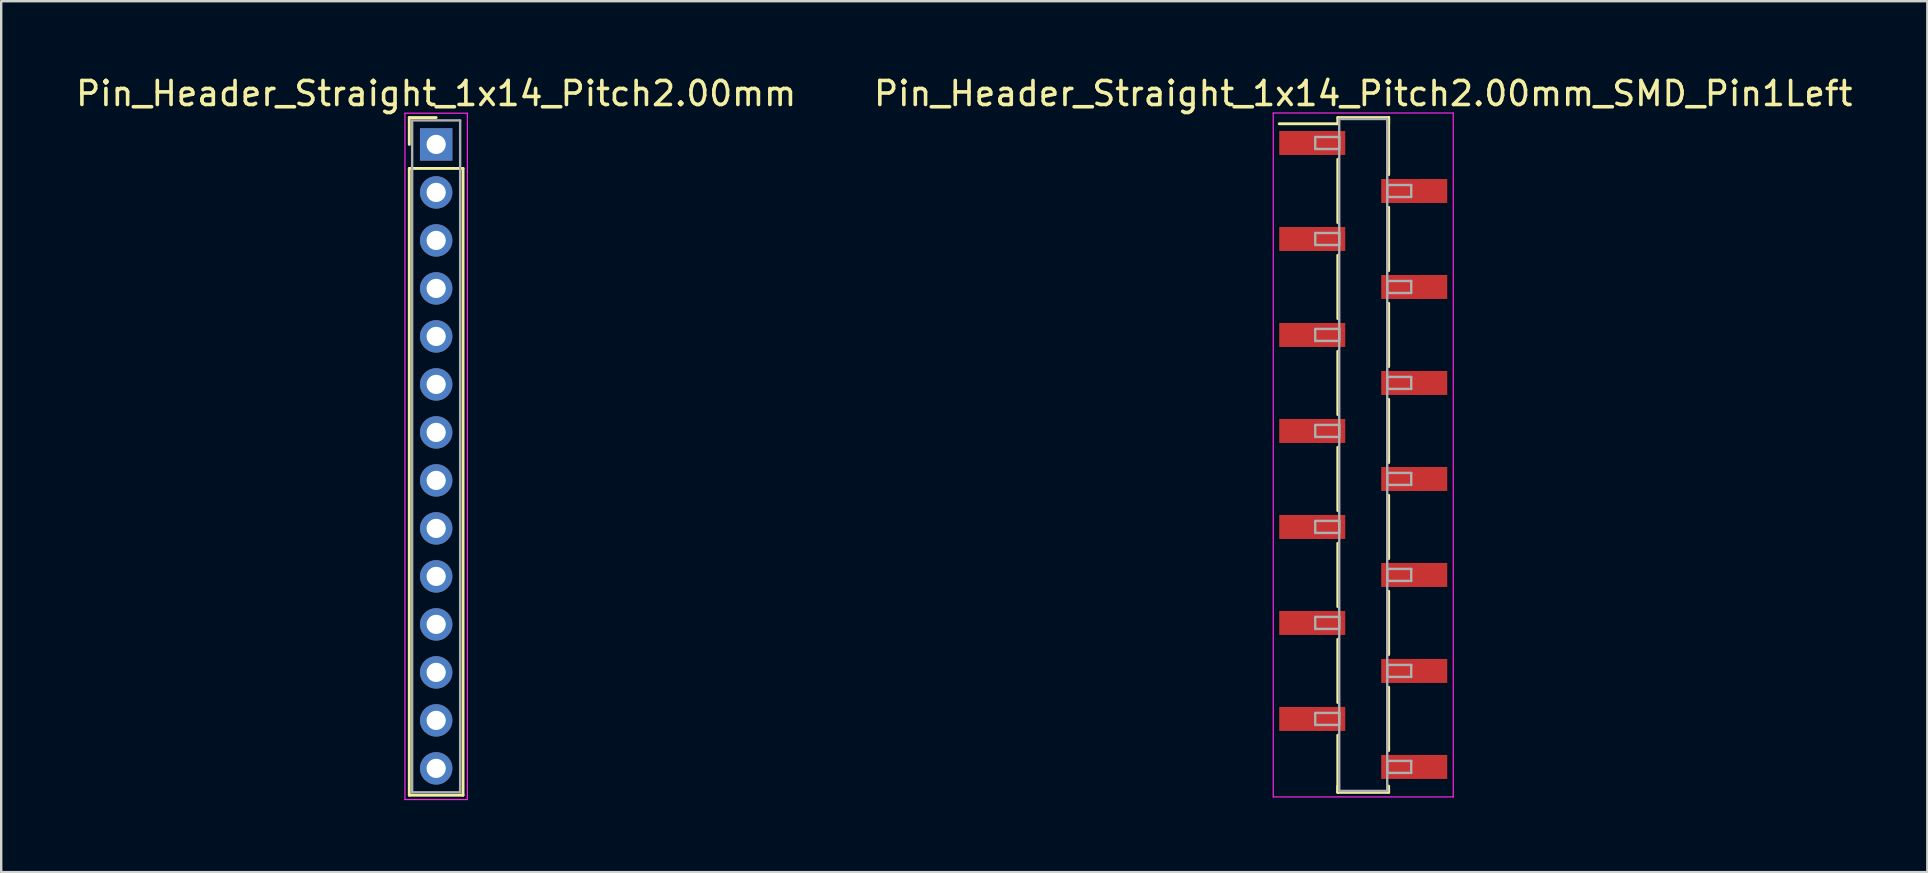
<source format=kicad_pcb>
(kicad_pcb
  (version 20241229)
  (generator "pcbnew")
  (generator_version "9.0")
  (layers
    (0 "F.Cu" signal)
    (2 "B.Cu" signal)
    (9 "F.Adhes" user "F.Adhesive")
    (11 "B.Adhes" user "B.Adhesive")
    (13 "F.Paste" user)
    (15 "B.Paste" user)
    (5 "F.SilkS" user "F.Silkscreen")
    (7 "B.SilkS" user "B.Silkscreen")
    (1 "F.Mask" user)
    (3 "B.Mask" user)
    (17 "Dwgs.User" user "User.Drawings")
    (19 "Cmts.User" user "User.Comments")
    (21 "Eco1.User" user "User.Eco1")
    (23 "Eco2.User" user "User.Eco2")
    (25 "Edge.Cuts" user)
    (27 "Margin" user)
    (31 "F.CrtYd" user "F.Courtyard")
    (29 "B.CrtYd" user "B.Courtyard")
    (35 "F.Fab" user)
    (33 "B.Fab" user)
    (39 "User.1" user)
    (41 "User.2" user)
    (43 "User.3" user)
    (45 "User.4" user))
  (footprint "Pin_Header_Straight_1x14_Pitch2.00mm"
    (layer "F.Cu")
    (at 15.125 2.968)
    (property "Reference" "Pin_Header_Straight_1x14_Pitch2.00mm" (at 0 -2.12 0) (layer "F.SilkS") (effects (font (size 1 1) (thickness 0.15))))
    (attr through_hole)
    (fp_line (start -1.12 -1.12) (end 0 -1.12) (stroke (width 0.12) (type solid)) (layer "F.SilkS"))
    (fp_line (start -1.12 0) (end -1.12 -1.12) (stroke (width 0.12) (type solid)) (layer "F.SilkS"))
    (fp_line (start -1.12 1) (end -1.12 27.12) (stroke (width 0.12) (type solid)) (layer "F.SilkS"))
    (fp_line (start -1.12 27.12) (end 1.12 27.12) (stroke (width 0.12) (type solid)) (layer "F.SilkS"))
    (fp_line (start 1.12 1) (end -1.12 1) (stroke (width 0.12) (type solid)) (layer "F.SilkS"))
    (fp_line (start 1.12 27.12) (end 1.12 1) (stroke (width 0.12) (type solid)) (layer "F.SilkS"))
    (fp_line (start -1.3 -1.3) (end -1.3 27.3) (stroke (width 0.05) (type solid)) (layer "F.CrtYd"))
    (fp_line (start -1.3 27.3) (end 1.3 27.3) (stroke (width 0.05) (type solid)) (layer "F.CrtYd"))
    (fp_line (start 1.3 -1.3) (end -1.3 -1.3) (stroke (width 0.05) (type solid)) (layer "F.CrtYd"))
    (fp_line (start 1.3 27.3) (end 1.3 -1.3) (stroke (width 0.05) (type solid)) (layer "F.CrtYd"))
    (fp_line (start -1 -1) (end -1 27) (stroke (width 0.1) (type solid)) (layer "F.Fab"))
    (fp_line (start -1 27) (end 1 27) (stroke (width 0.1) (type solid)) (layer "F.Fab"))
    (fp_line (start 1 -1) (end -1 -1) (stroke (width 0.1) (type solid)) (layer "F.Fab"))
    (fp_line (start 1 27) (end 1 -1) (stroke (width 0.1) (type solid)) (layer "F.Fab"))
    (pad "1" thru_hole rect (at 0 0) (size 1.35 1.35) (drill 0.8) (layers "*.Cu" "*.Mask"))
    (pad "2" thru_hole oval (at 0 2) (size 1.35 1.35) (drill 0.8) (layers "*.Cu" "*.Mask"))
    (pad "3" thru_hole oval (at 0 4) (size 1.35 1.35) (drill 0.8) (layers "*.Cu" "*.Mask"))
    (pad "4" thru_hole oval (at 0 6) (size 1.35 1.35) (drill 0.8) (layers "*.Cu" "*.Mask"))
    (pad "5" thru_hole oval (at 0 8) (size 1.35 1.35) (drill 0.8) (layers "*.Cu" "*.Mask"))
    (pad "6" thru_hole oval (at 0 10) (size 1.35 1.35) (drill 0.8) (layers "*.Cu" "*.Mask"))
    (pad "7" thru_hole oval (at 0 12) (size 1.35 1.35) (drill 0.8) (layers "*.Cu" "*.Mask"))
    (pad "8" thru_hole oval (at 0 14) (size 1.35 1.35) (drill 0.8) (layers "*.Cu" "*.Mask"))
    (pad "9" thru_hole oval (at 0 16) (size 1.35 1.35) (drill 0.8) (layers "*.Cu" "*.Mask"))
    (pad "10" thru_hole oval (at 0 18) (size 1.35 1.35) (drill 0.8) (layers "*.Cu" "*.Mask"))
    (pad "11" thru_hole oval (at 0 20) (size 1.35 1.35) (drill 0.8) (layers "*.Cu" "*.Mask"))
    (pad "12" thru_hole oval (at 0 22) (size 1.35 1.35) (drill 0.8) (layers "*.Cu" "*.Mask"))
    (pad "13" thru_hole oval (at 0 24) (size 1.35 1.35) (drill 0.8) (layers "*.Cu" "*.Mask"))
    (pad "14" thru_hole oval (at 0 26) (size 1.35 1.35) (drill 0.8) (layers "*.Cu" "*.Mask")))
  (footprint "Pin_Header_Straight_1x14_Pitch2.00mm_SMD_Pin1Left"
    (layer "F.Cu")
    (at 53.756 15.908)
    (property "Reference" "Pin_Header_Straight_1x14_Pitch2.00mm_SMD_Pin1Left" (at 0 -15.06 0) (layer "F.SilkS") (effects (font (size 1 1) (thickness 0.15))))
    (attr smd)
    (fp_line (start -1.06 -14.06) (end 1.06 -14.06) (stroke (width 0.12) (type solid)) (layer "F.SilkS"))
    (fp_line (start -1.06 -13.8) (end -3.5 -13.8) (stroke (width 0.12) (type solid)) (layer "F.SilkS"))
    (fp_line (start -1.06 -13.8) (end -1.06 -14.06) (stroke (width 0.12) (type solid)) (layer "F.SilkS"))
    (fp_line (start -1.06 -12.32) (end -1.06 -9.68) (stroke (width 0.12) (type solid)) (layer "F.SilkS"))
    (fp_line (start -1.06 -8.32) (end -1.06 -5.68) (stroke (width 0.12) (type solid)) (layer "F.SilkS"))
    (fp_line (start -1.06 -4.32) (end -1.06 -1.68) (stroke (width 0.12) (type solid)) (layer "F.SilkS"))
    (fp_line (start -1.06 -0.32) (end -1.06 2.32) (stroke (width 0.12) (type solid)) (layer "F.SilkS"))
    (fp_line (start -1.06 3.68) (end -1.06 6.32) (stroke (width 0.12) (type solid)) (layer "F.SilkS"))
    (fp_line (start -1.06 7.68) (end -1.06 10.32) (stroke (width 0.12) (type solid)) (layer "F.SilkS"))
    (fp_line (start -1.06 11.68) (end -1.06 14.06) (stroke (width 0.12) (type solid)) (layer "F.SilkS"))
    (fp_line (start -1.06 13.8) (end -1.06 14.06) (stroke (width 0.12) (type solid)) (layer "F.SilkS"))
    (fp_line (start -1.06 14.06) (end 1.06 14.06) (stroke (width 0.12) (type solid)) (layer "F.SilkS"))
    (fp_line (start 1.06 -14.06) (end 1.06 -13.8) (stroke (width 0.12) (type solid)) (layer "F.SilkS"))
    (fp_line (start 1.06 -14.06) (end 1.06 -11.68) (stroke (width 0.12) (type solid)) (layer "F.SilkS"))
    (fp_line (start 1.06 -10.32) (end 1.06 -7.68) (stroke (width 0.12) (type solid)) (layer "F.SilkS"))
    (fp_line (start 1.06 -6.32) (end 1.06 -3.68) (stroke (width 0.12) (type solid)) (layer "F.SilkS"))
    (fp_line (start 1.06 -2.32) (end 1.06 0.32) (stroke (width 0.12) (type solid)) (layer "F.SilkS"))
    (fp_line (start 1.06 1.68) (end 1.06 4.32) (stroke (width 0.12) (type solid)) (layer "F.SilkS"))
    (fp_line (start 1.06 5.68) (end 1.06 8.32) (stroke (width 0.12) (type solid)) (layer "F.SilkS"))
    (fp_line (start 1.06 9.68) (end 1.06 12.32) (stroke (width 0.12) (type solid)) (layer "F.SilkS"))
    (fp_line (start 1.06 14.06) (end 1.06 13.8) (stroke (width 0.12) (type solid)) (layer "F.SilkS"))
    (fp_line (start -3.75 -14.25) (end -3.75 14.25) (stroke (width 0.05) (type solid)) (layer "F.CrtYd"))
    (fp_line (start -3.75 14.25) (end 3.75 14.25) (stroke (width 0.05) (type solid)) (layer "F.CrtYd"))
    (fp_line (start 3.75 -14.25) (end -3.75 -14.25) (stroke (width 0.05) (type solid)) (layer "F.CrtYd"))
    (fp_line (start 3.75 14.25) (end 3.75 -14.25) (stroke (width 0.05) (type solid)) (layer "F.CrtYd"))
    (fp_line (start -2 -13.25) (end -1 -13.25) (stroke (width 0.1) (type solid)) (layer "F.Fab"))
    (fp_line (start -2 -12.75) (end -2 -13.25) (stroke (width 0.1) (type solid)) (layer "F.Fab"))
    (fp_line (start -2 -9.25) (end -1 -9.25) (stroke (width 0.1) (type solid)) (layer "F.Fab"))
    (fp_line (start -2 -8.75) (end -2 -9.25) (stroke (width 0.1) (type solid)) (layer "F.Fab"))
    (fp_line (start -2 -5.25) (end -1 -5.25) (stroke (width 0.1) (type solid)) (layer "F.Fab"))
    (fp_line (start -2 -4.75) (end -2 -5.25) (stroke (width 0.1) (type solid)) (layer "F.Fab"))
    (fp_line (start -2 -1.25) (end -1 -1.25) (stroke (width 0.1) (type solid)) (layer "F.Fab"))
    (fp_line (start -2 -0.75) (end -2 -1.25) (stroke (width 0.1) (type solid)) (layer "F.Fab"))
    (fp_line (start -2 2.75) (end -1 2.75) (stroke (width 0.1) (type solid)) (layer "F.Fab"))
    (fp_line (start -2 3.25) (end -2 2.75) (stroke (width 0.1) (type solid)) (layer "F.Fab"))
    (fp_line (start -2 6.75) (end -1 6.75) (stroke (width 0.1) (type solid)) (layer "F.Fab"))
    (fp_line (start -2 7.25) (end -2 6.75) (stroke (width 0.1) (type solid)) (layer "F.Fab"))
    (fp_line (start -2 10.75) (end -1 10.75) (stroke (width 0.1) (type solid)) (layer "F.Fab"))
    (fp_line (start -2 11.25) (end -2 10.75) (stroke (width 0.1) (type solid)) (layer "F.Fab"))
    (fp_line (start -1 -14) (end -1 14) (stroke (width 0.1) (type solid)) (layer "F.Fab"))
    (fp_line (start -1 -13.25) (end -1 -12.75) (stroke (width 0.1) (type solid)) (layer "F.Fab"))
    (fp_line (start -1 -12.75) (end -2 -12.75) (stroke (width 0.1) (type solid)) (layer "F.Fab"))
    (fp_line (start -1 -9.25) (end -1 -8.75) (stroke (width 0.1) (type solid)) (layer "F.Fab"))
    (fp_line (start -1 -8.75) (end -2 -8.75) (stroke (width 0.1) (type solid)) (layer "F.Fab"))
    (fp_line (start -1 -5.25) (end -1 -4.75) (stroke (width 0.1) (type solid)) (layer "F.Fab"))
    (fp_line (start -1 -4.75) (end -2 -4.75) (stroke (width 0.1) (type solid)) (layer "F.Fab"))
    (fp_line (start -1 -1.25) (end -1 -0.75) (stroke (width 0.1) (type solid)) (layer "F.Fab"))
    (fp_line (start -1 -0.75) (end -2 -0.75) (stroke (width 0.1) (type solid)) (layer "F.Fab"))
    (fp_line (start -1 2.75) (end -1 3.25) (stroke (width 0.1) (type solid)) (layer "F.Fab"))
    (fp_line (start -1 3.25) (end -2 3.25) (stroke (width 0.1) (type solid)) (layer "F.Fab"))
    (fp_line (start -1 6.75) (end -1 7.25) (stroke (width 0.1) (type solid)) (layer "F.Fab"))
    (fp_line (start -1 7.25) (end -2 7.25) (stroke (width 0.1) (type solid)) (layer "F.Fab"))
    (fp_line (start -1 10.75) (end -1 11.25) (stroke (width 0.1) (type solid)) (layer "F.Fab"))
    (fp_line (start -1 11.25) (end -2 11.25) (stroke (width 0.1) (type solid)) (layer "F.Fab"))
    (fp_line (start -1 14) (end 1 14) (stroke (width 0.1) (type solid)) (layer "F.Fab"))
    (fp_line (start 1 -14) (end -1 -14) (stroke (width 0.1) (type solid)) (layer "F.Fab"))
    (fp_line (start 1 -11.25) (end 1 -10.75) (stroke (width 0.1) (type solid)) (layer "F.Fab"))
    (fp_line (start 1 -10.75) (end 2 -10.75) (stroke (width 0.1) (type solid)) (layer "F.Fab"))
    (fp_line (start 1 -7.25) (end 1 -6.75) (stroke (width 0.1) (type solid)) (layer "F.Fab"))
    (fp_line (start 1 -6.75) (end 2 -6.75) (stroke (width 0.1) (type solid)) (layer "F.Fab"))
    (fp_line (start 1 -3.25) (end 1 -2.75) (stroke (width 0.1) (type solid)) (layer "F.Fab"))
    (fp_line (start 1 -2.75) (end 2 -2.75) (stroke (width 0.1) (type solid)) (layer "F.Fab"))
    (fp_line (start 1 0.75) (end 1 1.25) (stroke (width 0.1) (type solid)) (layer "F.Fab"))
    (fp_line (start 1 1.25) (end 2 1.25) (stroke (width 0.1) (type solid)) (layer "F.Fab"))
    (fp_line (start 1 4.75) (end 1 5.25) (stroke (width 0.1) (type solid)) (layer "F.Fab"))
    (fp_line (start 1 5.25) (end 2 5.25) (stroke (width 0.1) (type solid)) (layer "F.Fab"))
    (fp_line (start 1 8.75) (end 1 9.25) (stroke (width 0.1) (type solid)) (layer "F.Fab"))
    (fp_line (start 1 9.25) (end 2 9.25) (stroke (width 0.1) (type solid)) (layer "F.Fab"))
    (fp_line (start 1 12.75) (end 1 13.25) (stroke (width 0.1) (type solid)) (layer "F.Fab"))
    (fp_line (start 1 13.25) (end 2 13.25) (stroke (width 0.1) (type solid)) (layer "F.Fab"))
    (fp_line (start 1 14) (end 1 -14) (stroke (width 0.1) (type solid)) (layer "F.Fab"))
    (fp_line (start 2 -11.25) (end 1 -11.25) (stroke (width 0.1) (type solid)) (layer "F.Fab"))
    (fp_line (start 2 -10.75) (end 2 -11.25) (stroke (width 0.1) (type solid)) (layer "F.Fab"))
    (fp_line (start 2 -7.25) (end 1 -7.25) (stroke (width 0.1) (type solid)) (layer "F.Fab"))
    (fp_line (start 2 -6.75) (end 2 -7.25) (stroke (width 0.1) (type solid)) (layer "F.Fab"))
    (fp_line (start 2 -3.25) (end 1 -3.25) (stroke (width 0.1) (type solid)) (layer "F.Fab"))
    (fp_line (start 2 -2.75) (end 2 -3.25) (stroke (width 0.1) (type solid)) (layer "F.Fab"))
    (fp_line (start 2 0.75) (end 1 0.75) (stroke (width 0.1) (type solid)) (layer "F.Fab"))
    (fp_line (start 2 1.25) (end 2 0.75) (stroke (width 0.1) (type solid)) (layer "F.Fab"))
    (fp_line (start 2 4.75) (end 1 4.75) (stroke (width 0.1) (type solid)) (layer "F.Fab"))
    (fp_line (start 2 5.25) (end 2 4.75) (stroke (width 0.1) (type solid)) (layer "F.Fab"))
    (fp_line (start 2 8.75) (end 1 8.75) (stroke (width 0.1) (type solid)) (layer "F.Fab"))
    (fp_line (start 2 9.25) (end 2 8.75) (stroke (width 0.1) (type solid)) (layer "F.Fab"))
    (fp_line (start 2 12.75) (end 1 12.75) (stroke (width 0.1) (type solid)) (layer "F.Fab"))
    (fp_line (start 2 13.25) (end 2 12.75) (stroke (width 0.1) (type solid)) (layer "F.Fab"))
    (pad "1" smd rect (at -2.125 -13) (size 2.75 1) (layers "F.Cu" "F.Mask"))
    (pad "2" smd rect (at 2.125 -11) (size 2.75 1) (layers "F.Cu" "F.Mask"))
    (pad "3" smd rect (at -2.125 -9) (size 2.75 1) (layers "F.Cu" "F.Mask"))
    (pad "4" smd rect (at 2.125 -7) (size 2.75 1) (layers "F.Cu" "F.Mask"))
    (pad "5" smd rect (at -2.125 -5) (size 2.75 1) (layers "F.Cu" "F.Mask"))
    (pad "6" smd rect (at 2.125 -3) (size 2.75 1) (layers "F.Cu" "F.Mask"))
    (pad "7" smd rect (at -2.125 -1) (size 2.75 1) (layers "F.Cu" "F.Mask"))
    (pad "8" smd rect (at 2.125 1) (size 2.75 1) (layers "F.Cu" "F.Mask"))
    (pad "9" smd rect (at -2.125 3) (size 2.75 1) (layers "F.Cu" "F.Mask"))
    (pad "10" smd rect (at 2.125 5) (size 2.75 1) (layers "F.Cu" "F.Mask"))
    (pad "11" smd rect (at -2.125 7) (size 2.75 1) (layers "F.Cu" "F.Mask"))
    (pad "12" smd rect (at 2.125 9) (size 2.75 1) (layers "F.Cu" "F.Mask"))
    (pad "13" smd rect (at -2.125 11) (size 2.75 1) (layers "F.Cu" "F.Mask"))
    (pad "14" smd rect (at 2.125 13) (size 2.75 1) (layers "F.Cu" "F.Mask")))
  (gr_rect
    (start -3 -3)
    (end 77.262 33.293)
    (stroke (width 0.1) (type default))
    (fill no)
    (layer "Edge.Cuts")))
</source>
